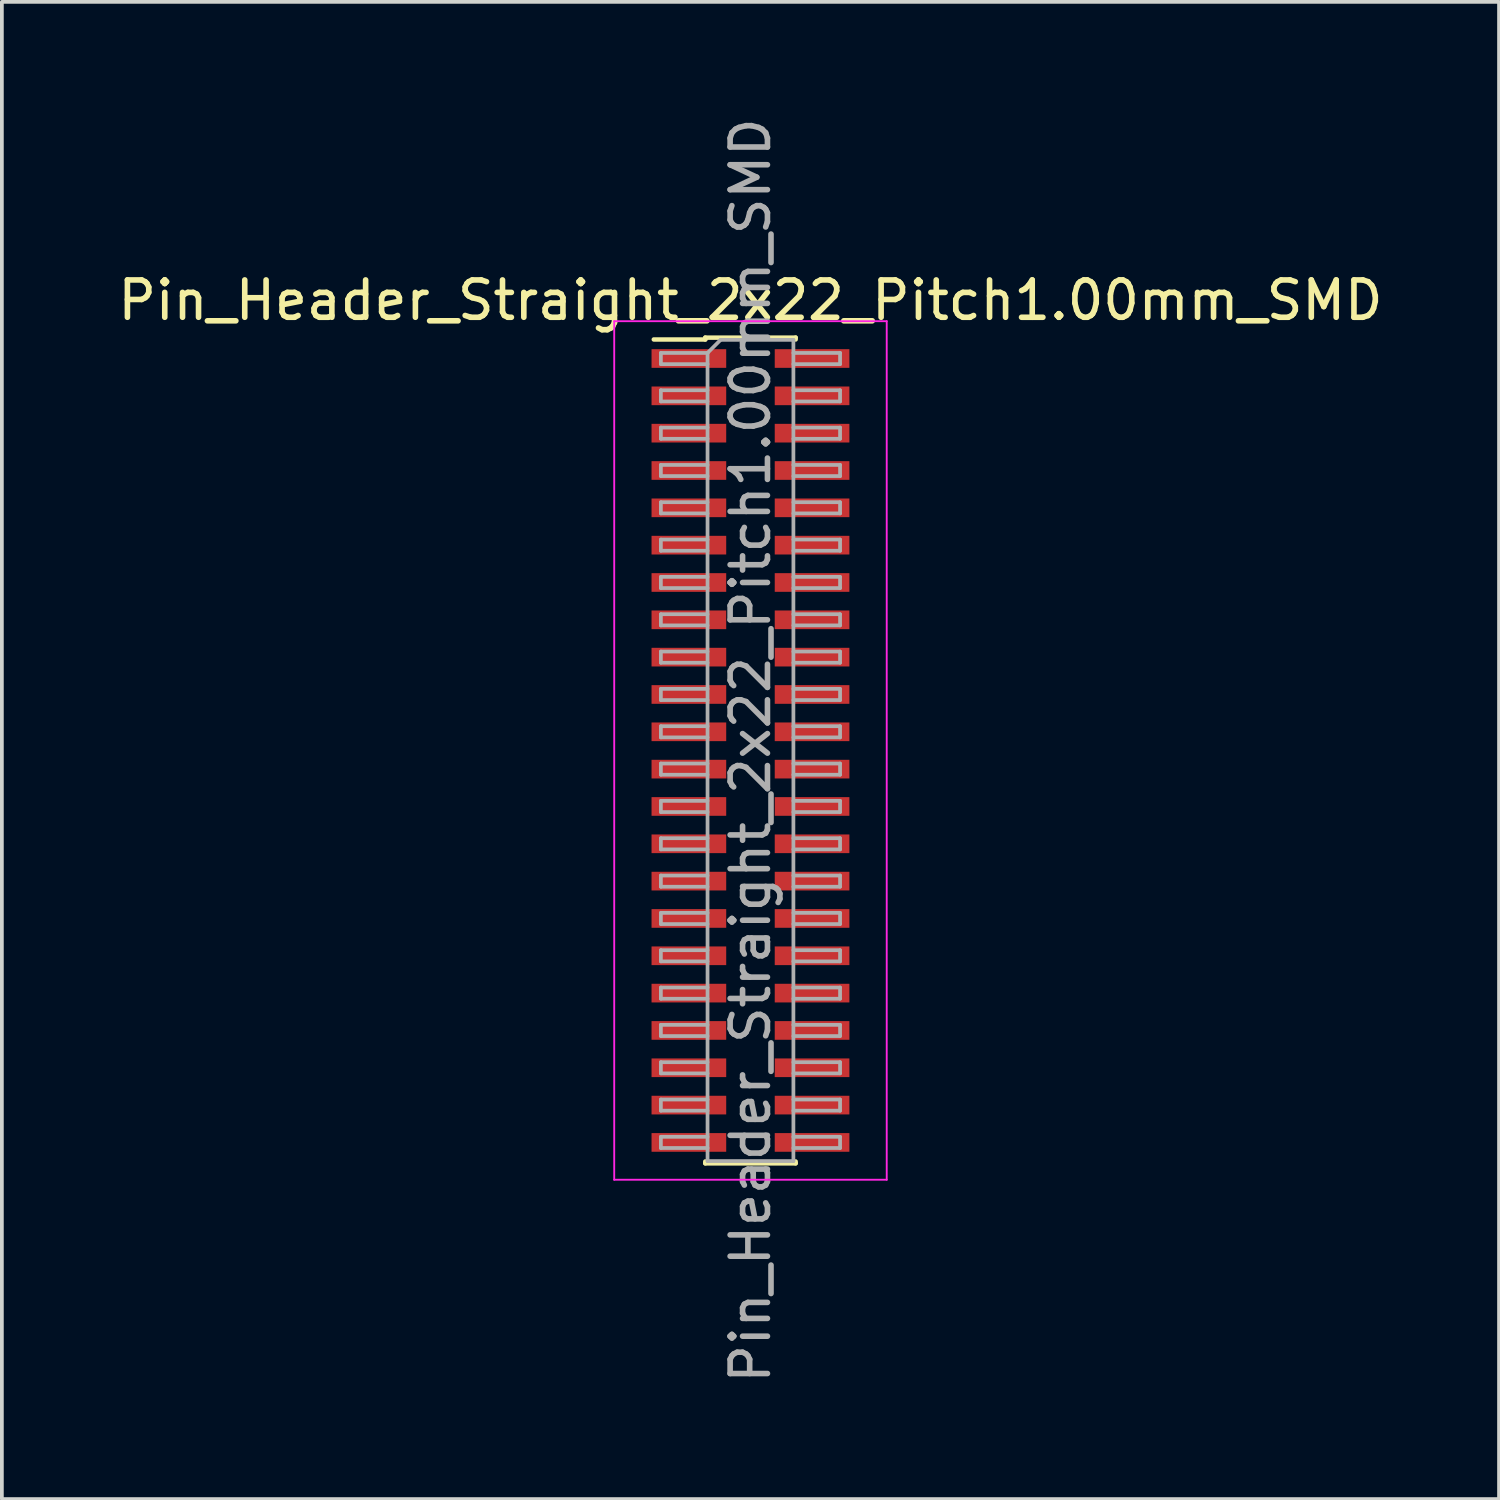
<source format=kicad_pcb>
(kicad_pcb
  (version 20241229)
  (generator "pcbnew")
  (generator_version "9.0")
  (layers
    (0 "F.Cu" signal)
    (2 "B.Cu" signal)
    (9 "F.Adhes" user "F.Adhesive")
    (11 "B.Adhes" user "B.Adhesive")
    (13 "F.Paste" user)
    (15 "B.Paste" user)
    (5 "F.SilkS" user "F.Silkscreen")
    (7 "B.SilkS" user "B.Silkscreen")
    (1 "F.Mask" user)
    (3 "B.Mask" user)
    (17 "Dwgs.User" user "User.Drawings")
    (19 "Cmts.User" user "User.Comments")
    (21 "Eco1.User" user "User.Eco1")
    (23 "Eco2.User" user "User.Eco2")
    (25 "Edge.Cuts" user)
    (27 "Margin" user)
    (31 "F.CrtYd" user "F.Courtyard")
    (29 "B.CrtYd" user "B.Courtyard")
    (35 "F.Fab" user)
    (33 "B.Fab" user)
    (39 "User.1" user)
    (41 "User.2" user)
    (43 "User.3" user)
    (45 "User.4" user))
  (footprint "Pin_Header_Straight_2x22_Pitch1.00mm_SMD"
    (layer "F.Cu")
    (at 17.054 17.054)
    (property "Reference" "Pin_Header_Straight_2x22_Pitch1.00mm_SMD" (at 0 -12.06 0) (layer "F.SilkS") (effects (font (size 1 1) (thickness 0.15))))
    (attr smd)
    (fp_line (start -2.59 -11.01) (end -1.21 -11.01) (stroke (width 0.12) (type solid)) (layer "F.SilkS"))
    (fp_line (start -1.21 -11.06) (end -1.21 -11.01) (stroke (width 0.12) (type solid)) (layer "F.SilkS"))
    (fp_line (start -1.21 -11.06) (end 1.21 -11.06) (stroke (width 0.12) (type solid)) (layer "F.SilkS"))
    (fp_line (start -1.21 11.01) (end -1.21 11.06) (stroke (width 0.12) (type solid)) (layer "F.SilkS"))
    (fp_line (start -1.21 11.06) (end 1.21 11.06) (stroke (width 0.12) (type solid)) (layer "F.SilkS"))
    (fp_line (start 1.21 -11.06) (end 1.21 -11.01) (stroke (width 0.12) (type solid)) (layer "F.SilkS"))
    (fp_line (start 1.21 11.01) (end 1.21 11.06) (stroke (width 0.12) (type solid)) (layer "F.SilkS"))
    (fp_line (start -3.65 -11.5) (end -3.65 11.5) (stroke (width 0.05) (type solid)) (layer "F.CrtYd"))
    (fp_line (start -3.65 11.5) (end 3.65 11.5) (stroke (width 0.05) (type solid)) (layer "F.CrtYd"))
    (fp_line (start 3.65 -11.5) (end -3.65 -11.5) (stroke (width 0.05) (type solid)) (layer "F.CrtYd"))
    (fp_line (start 3.65 11.5) (end 3.65 -11.5) (stroke (width 0.05) (type solid)) (layer "F.CrtYd"))
    (fp_line (start -2.4 -10.65) (end -2.4 -10.35) (stroke (width 0.1) (type solid)) (layer "F.Fab"))
    (fp_line (start -2.4 -10.35) (end -1.15 -10.35) (stroke (width 0.1) (type solid)) (layer "F.Fab"))
    (fp_line (start -2.4 -9.65) (end -2.4 -9.35) (stroke (width 0.1) (type solid)) (layer "F.Fab"))
    (fp_line (start -2.4 -9.35) (end -1.15 -9.35) (stroke (width 0.1) (type solid)) (layer "F.Fab"))
    (fp_line (start -2.4 -8.65) (end -2.4 -8.35) (stroke (width 0.1) (type solid)) (layer "F.Fab"))
    (fp_line (start -2.4 -8.35) (end -1.15 -8.35) (stroke (width 0.1) (type solid)) (layer "F.Fab"))
    (fp_line (start -2.4 -7.65) (end -2.4 -7.35) (stroke (width 0.1) (type solid)) (layer "F.Fab"))
    (fp_line (start -2.4 -7.35) (end -1.15 -7.35) (stroke (width 0.1) (type solid)) (layer "F.Fab"))
    (fp_line (start -2.4 -6.65) (end -2.4 -6.35) (stroke (width 0.1) (type solid)) (layer "F.Fab"))
    (fp_line (start -2.4 -6.35) (end -1.15 -6.35) (stroke (width 0.1) (type solid)) (layer "F.Fab"))
    (fp_line (start -2.4 -5.65) (end -2.4 -5.35) (stroke (width 0.1) (type solid)) (layer "F.Fab"))
    (fp_line (start -2.4 -5.35) (end -1.15 -5.35) (stroke (width 0.1) (type solid)) (layer "F.Fab"))
    (fp_line (start -2.4 -4.65) (end -2.4 -4.35) (stroke (width 0.1) (type solid)) (layer "F.Fab"))
    (fp_line (start -2.4 -4.35) (end -1.15 -4.35) (stroke (width 0.1) (type solid)) (layer "F.Fab"))
    (fp_line (start -2.4 -3.65) (end -2.4 -3.35) (stroke (width 0.1) (type solid)) (layer "F.Fab"))
    (fp_line (start -2.4 -3.35) (end -1.15 -3.35) (stroke (width 0.1) (type solid)) (layer "F.Fab"))
    (fp_line (start -2.4 -2.65) (end -2.4 -2.35) (stroke (width 0.1) (type solid)) (layer "F.Fab"))
    (fp_line (start -2.4 -2.35) (end -1.15 -2.35) (stroke (width 0.1) (type solid)) (layer "F.Fab"))
    (fp_line (start -2.4 -1.65) (end -2.4 -1.35) (stroke (width 0.1) (type solid)) (layer "F.Fab"))
    (fp_line (start -2.4 -1.35) (end -1.15 -1.35) (stroke (width 0.1) (type solid)) (layer "F.Fab"))
    (fp_line (start -2.4 -0.65) (end -2.4 -0.35) (stroke (width 0.1) (type solid)) (layer "F.Fab"))
    (fp_line (start -2.4 -0.35) (end -1.15 -0.35) (stroke (width 0.1) (type solid)) (layer "F.Fab"))
    (fp_line (start -2.4 0.35) (end -2.4 0.65) (stroke (width 0.1) (type solid)) (layer "F.Fab"))
    (fp_line (start -2.4 0.65) (end -1.15 0.65) (stroke (width 0.1) (type solid)) (layer "F.Fab"))
    (fp_line (start -2.4 1.35) (end -2.4 1.65) (stroke (width 0.1) (type solid)) (layer "F.Fab"))
    (fp_line (start -2.4 1.65) (end -1.15 1.65) (stroke (width 0.1) (type solid)) (layer "F.Fab"))
    (fp_line (start -2.4 2.35) (end -2.4 2.65) (stroke (width 0.1) (type solid)) (layer "F.Fab"))
    (fp_line (start -2.4 2.65) (end -1.15 2.65) (stroke (width 0.1) (type solid)) (layer "F.Fab"))
    (fp_line (start -2.4 3.35) (end -2.4 3.65) (stroke (width 0.1) (type solid)) (layer "F.Fab"))
    (fp_line (start -2.4 3.65) (end -1.15 3.65) (stroke (width 0.1) (type solid)) (layer "F.Fab"))
    (fp_line (start -2.4 4.35) (end -2.4 4.65) (stroke (width 0.1) (type solid)) (layer "F.Fab"))
    (fp_line (start -2.4 4.65) (end -1.15 4.65) (stroke (width 0.1) (type solid)) (layer "F.Fab"))
    (fp_line (start -2.4 5.35) (end -2.4 5.65) (stroke (width 0.1) (type solid)) (layer "F.Fab"))
    (fp_line (start -2.4 5.65) (end -1.15 5.65) (stroke (width 0.1) (type solid)) (layer "F.Fab"))
    (fp_line (start -2.4 6.35) (end -2.4 6.65) (stroke (width 0.1) (type solid)) (layer "F.Fab"))
    (fp_line (start -2.4 6.65) (end -1.15 6.65) (stroke (width 0.1) (type solid)) (layer "F.Fab"))
    (fp_line (start -2.4 7.35) (end -2.4 7.65) (stroke (width 0.1) (type solid)) (layer "F.Fab"))
    (fp_line (start -2.4 7.65) (end -1.15 7.65) (stroke (width 0.1) (type solid)) (layer "F.Fab"))
    (fp_line (start -2.4 8.35) (end -2.4 8.65) (stroke (width 0.1) (type solid)) (layer "F.Fab"))
    (fp_line (start -2.4 8.65) (end -1.15 8.65) (stroke (width 0.1) (type solid)) (layer "F.Fab"))
    (fp_line (start -2.4 9.35) (end -2.4 9.65) (stroke (width 0.1) (type solid)) (layer "F.Fab"))
    (fp_line (start -2.4 9.65) (end -1.15 9.65) (stroke (width 0.1) (type solid)) (layer "F.Fab"))
    (fp_line (start -2.4 10.35) (end -2.4 10.65) (stroke (width 0.1) (type solid)) (layer "F.Fab"))
    (fp_line (start -2.4 10.65) (end -1.15 10.65) (stroke (width 0.1) (type solid)) (layer "F.Fab"))
    (fp_line (start -1.15 -10.65) (end -2.4 -10.65) (stroke (width 0.1) (type solid)) (layer "F.Fab"))
    (fp_line (start -1.15 -10.65) (end -0.8 -11) (stroke (width 0.1) (type solid)) (layer "F.Fab"))
    (fp_line (start -1.15 -9.65) (end -2.4 -9.65) (stroke (width 0.1) (type solid)) (layer "F.Fab"))
    (fp_line (start -1.15 -8.65) (end -2.4 -8.65) (stroke (width 0.1) (type solid)) (layer "F.Fab"))
    (fp_line (start -1.15 -7.65) (end -2.4 -7.65) (stroke (width 0.1) (type solid)) (layer "F.Fab"))
    (fp_line (start -1.15 -6.65) (end -2.4 -6.65) (stroke (width 0.1) (type solid)) (layer "F.Fab"))
    (fp_line (start -1.15 -5.65) (end -2.4 -5.65) (stroke (width 0.1) (type solid)) (layer "F.Fab"))
    (fp_line (start -1.15 -4.65) (end -2.4 -4.65) (stroke (width 0.1) (type solid)) (layer "F.Fab"))
    (fp_line (start -1.15 -3.65) (end -2.4 -3.65) (stroke (width 0.1) (type solid)) (layer "F.Fab"))
    (fp_line (start -1.15 -2.65) (end -2.4 -2.65) (stroke (width 0.1) (type solid)) (layer "F.Fab"))
    (fp_line (start -1.15 -1.65) (end -2.4 -1.65) (stroke (width 0.1) (type solid)) (layer "F.Fab"))
    (fp_line (start -1.15 -0.65) (end -2.4 -0.65) (stroke (width 0.1) (type solid)) (layer "F.Fab"))
    (fp_line (start -1.15 0.35) (end -2.4 0.35) (stroke (width 0.1) (type solid)) (layer "F.Fab"))
    (fp_line (start -1.15 1.35) (end -2.4 1.35) (stroke (width 0.1) (type solid)) (layer "F.Fab"))
    (fp_line (start -1.15 2.35) (end -2.4 2.35) (stroke (width 0.1) (type solid)) (layer "F.Fab"))
    (fp_line (start -1.15 3.35) (end -2.4 3.35) (stroke (width 0.1) (type solid)) (layer "F.Fab"))
    (fp_line (start -1.15 4.35) (end -2.4 4.35) (stroke (width 0.1) (type solid)) (layer "F.Fab"))
    (fp_line (start -1.15 5.35) (end -2.4 5.35) (stroke (width 0.1) (type solid)) (layer "F.Fab"))
    (fp_line (start -1.15 6.35) (end -2.4 6.35) (stroke (width 0.1) (type solid)) (layer "F.Fab"))
    (fp_line (start -1.15 7.35) (end -2.4 7.35) (stroke (width 0.1) (type solid)) (layer "F.Fab"))
    (fp_line (start -1.15 8.35) (end -2.4 8.35) (stroke (width 0.1) (type solid)) (layer "F.Fab"))
    (fp_line (start -1.15 9.35) (end -2.4 9.35) (stroke (width 0.1) (type solid)) (layer "F.Fab"))
    (fp_line (start -1.15 10.35) (end -2.4 10.35) (stroke (width 0.1) (type solid)) (layer "F.Fab"))
    (fp_line (start -1.15 11) (end -1.15 -10.65) (stroke (width 0.1) (type solid)) (layer "F.Fab"))
    (fp_line (start -0.8 -11) (end 1.15 -11) (stroke (width 0.1) (type solid)) (layer "F.Fab"))
    (fp_line (start 1.15 -11) (end 1.15 11) (stroke (width 0.1) (type solid)) (layer "F.Fab"))
    (fp_line (start 1.15 -10.65) (end 2.4 -10.65) (stroke (width 0.1) (type solid)) (layer "F.Fab"))
    (fp_line (start 1.15 -9.65) (end 2.4 -9.65) (stroke (width 0.1) (type solid)) (layer "F.Fab"))
    (fp_line (start 1.15 -8.65) (end 2.4 -8.65) (stroke (width 0.1) (type solid)) (layer "F.Fab"))
    (fp_line (start 1.15 -7.65) (end 2.4 -7.65) (stroke (width 0.1) (type solid)) (layer "F.Fab"))
    (fp_line (start 1.15 -6.65) (end 2.4 -6.65) (stroke (width 0.1) (type solid)) (layer "F.Fab"))
    (fp_line (start 1.15 -5.65) (end 2.4 -5.65) (stroke (width 0.1) (type solid)) (layer "F.Fab"))
    (fp_line (start 1.15 -4.65) (end 2.4 -4.65) (stroke (width 0.1) (type solid)) (layer "F.Fab"))
    (fp_line (start 1.15 -3.65) (end 2.4 -3.65) (stroke (width 0.1) (type solid)) (layer "F.Fab"))
    (fp_line (start 1.15 -2.65) (end 2.4 -2.65) (stroke (width 0.1) (type solid)) (layer "F.Fab"))
    (fp_line (start 1.15 -1.65) (end 2.4 -1.65) (stroke (width 0.1) (type solid)) (layer "F.Fab"))
    (fp_line (start 1.15 -0.65) (end 2.4 -0.65) (stroke (width 0.1) (type solid)) (layer "F.Fab"))
    (fp_line (start 1.15 0.35) (end 2.4 0.35) (stroke (width 0.1) (type solid)) (layer "F.Fab"))
    (fp_line (start 1.15 1.35) (end 2.4 1.35) (stroke (width 0.1) (type solid)) (layer "F.Fab"))
    (fp_line (start 1.15 2.35) (end 2.4 2.35) (stroke (width 0.1) (type solid)) (layer "F.Fab"))
    (fp_line (start 1.15 3.35) (end 2.4 3.35) (stroke (width 0.1) (type solid)) (layer "F.Fab"))
    (fp_line (start 1.15 4.35) (end 2.4 4.35) (stroke (width 0.1) (type solid)) (layer "F.Fab"))
    (fp_line (start 1.15 5.35) (end 2.4 5.35) (stroke (width 0.1) (type solid)) (layer "F.Fab"))
    (fp_line (start 1.15 6.35) (end 2.4 6.35) (stroke (width 0.1) (type solid)) (layer "F.Fab"))
    (fp_line (start 1.15 7.35) (end 2.4 7.35) (stroke (width 0.1) (type solid)) (layer "F.Fab"))
    (fp_line (start 1.15 8.35) (end 2.4 8.35) (stroke (width 0.1) (type solid)) (layer "F.Fab"))
    (fp_line (start 1.15 9.35) (end 2.4 9.35) (stroke (width 0.1) (type solid)) (layer "F.Fab"))
    (fp_line (start 1.15 10.35) (end 2.4 10.35) (stroke (width 0.1) (type solid)) (layer "F.Fab"))
    (fp_line (start 1.15 11) (end -1.15 11) (stroke (width 0.1) (type solid)) (layer "F.Fab"))
    (fp_line (start 2.4 -10.65) (end 2.4 -10.35) (stroke (width 0.1) (type solid)) (layer "F.Fab"))
    (fp_line (start 2.4 -10.35) (end 1.15 -10.35) (stroke (width 0.1) (type solid)) (layer "F.Fab"))
    (fp_line (start 2.4 -9.65) (end 2.4 -9.35) (stroke (width 0.1) (type solid)) (layer "F.Fab"))
    (fp_line (start 2.4 -9.35) (end 1.15 -9.35) (stroke (width 0.1) (type solid)) (layer "F.Fab"))
    (fp_line (start 2.4 -8.65) (end 2.4 -8.35) (stroke (width 0.1) (type solid)) (layer "F.Fab"))
    (fp_line (start 2.4 -8.35) (end 1.15 -8.35) (stroke (width 0.1) (type solid)) (layer "F.Fab"))
    (fp_line (start 2.4 -7.65) (end 2.4 -7.35) (stroke (width 0.1) (type solid)) (layer "F.Fab"))
    (fp_line (start 2.4 -7.35) (end 1.15 -7.35) (stroke (width 0.1) (type solid)) (layer "F.Fab"))
    (fp_line (start 2.4 -6.65) (end 2.4 -6.35) (stroke (width 0.1) (type solid)) (layer "F.Fab"))
    (fp_line (start 2.4 -6.35) (end 1.15 -6.35) (stroke (width 0.1) (type solid)) (layer "F.Fab"))
    (fp_line (start 2.4 -5.65) (end 2.4 -5.35) (stroke (width 0.1) (type solid)) (layer "F.Fab"))
    (fp_line (start 2.4 -5.35) (end 1.15 -5.35) (stroke (width 0.1) (type solid)) (layer "F.Fab"))
    (fp_line (start 2.4 -4.65) (end 2.4 -4.35) (stroke (width 0.1) (type solid)) (layer "F.Fab"))
    (fp_line (start 2.4 -4.35) (end 1.15 -4.35) (stroke (width 0.1) (type solid)) (layer "F.Fab"))
    (fp_line (start 2.4 -3.65) (end 2.4 -3.35) (stroke (width 0.1) (type solid)) (layer "F.Fab"))
    (fp_line (start 2.4 -3.35) (end 1.15 -3.35) (stroke (width 0.1) (type solid)) (layer "F.Fab"))
    (fp_line (start 2.4 -2.65) (end 2.4 -2.35) (stroke (width 0.1) (type solid)) (layer "F.Fab"))
    (fp_line (start 2.4 -2.35) (end 1.15 -2.35) (stroke (width 0.1) (type solid)) (layer "F.Fab"))
    (fp_line (start 2.4 -1.65) (end 2.4 -1.35) (stroke (width 0.1) (type solid)) (layer "F.Fab"))
    (fp_line (start 2.4 -1.35) (end 1.15 -1.35) (stroke (width 0.1) (type solid)) (layer "F.Fab"))
    (fp_line (start 2.4 -0.65) (end 2.4 -0.35) (stroke (width 0.1) (type solid)) (layer "F.Fab"))
    (fp_line (start 2.4 -0.35) (end 1.15 -0.35) (stroke (width 0.1) (type solid)) (layer "F.Fab"))
    (fp_line (start 2.4 0.35) (end 2.4 0.65) (stroke (width 0.1) (type solid)) (layer "F.Fab"))
    (fp_line (start 2.4 0.65) (end 1.15 0.65) (stroke (width 0.1) (type solid)) (layer "F.Fab"))
    (fp_line (start 2.4 1.35) (end 2.4 1.65) (stroke (width 0.1) (type solid)) (layer "F.Fab"))
    (fp_line (start 2.4 1.65) (end 1.15 1.65) (stroke (width 0.1) (type solid)) (layer "F.Fab"))
    (fp_line (start 2.4 2.35) (end 2.4 2.65) (stroke (width 0.1) (type solid)) (layer "F.Fab"))
    (fp_line (start 2.4 2.65) (end 1.15 2.65) (stroke (width 0.1) (type solid)) (layer "F.Fab"))
    (fp_line (start 2.4 3.35) (end 2.4 3.65) (stroke (width 0.1) (type solid)) (layer "F.Fab"))
    (fp_line (start 2.4 3.65) (end 1.15 3.65) (stroke (width 0.1) (type solid)) (layer "F.Fab"))
    (fp_line (start 2.4 4.35) (end 2.4 4.65) (stroke (width 0.1) (type solid)) (layer "F.Fab"))
    (fp_line (start 2.4 4.65) (end 1.15 4.65) (stroke (width 0.1) (type solid)) (layer "F.Fab"))
    (fp_line (start 2.4 5.35) (end 2.4 5.65) (stroke (width 0.1) (type solid)) (layer "F.Fab"))
    (fp_line (start 2.4 5.65) (end 1.15 5.65) (stroke (width 0.1) (type solid)) (layer "F.Fab"))
    (fp_line (start 2.4 6.35) (end 2.4 6.65) (stroke (width 0.1) (type solid)) (layer "F.Fab"))
    (fp_line (start 2.4 6.65) (end 1.15 6.65) (stroke (width 0.1) (type solid)) (layer "F.Fab"))
    (fp_line (start 2.4 7.35) (end 2.4 7.65) (stroke (width 0.1) (type solid)) (layer "F.Fab"))
    (fp_line (start 2.4 7.65) (end 1.15 7.65) (stroke (width 0.1) (type solid)) (layer "F.Fab"))
    (fp_line (start 2.4 8.35) (end 2.4 8.65) (stroke (width 0.1) (type solid)) (layer "F.Fab"))
    (fp_line (start 2.4 8.65) (end 1.15 8.65) (stroke (width 0.1) (type solid)) (layer "F.Fab"))
    (fp_line (start 2.4 9.35) (end 2.4 9.65) (stroke (width 0.1) (type solid)) (layer "F.Fab"))
    (fp_line (start 2.4 9.65) (end 1.15 9.65) (stroke (width 0.1) (type solid)) (layer "F.Fab"))
    (fp_line (start 2.4 10.35) (end 2.4 10.65) (stroke (width 0.1) (type solid)) (layer "F.Fab"))
    (fp_line (start 2.4 10.65) (end 1.15 10.65) (stroke (width 0.1) (type solid)) (layer "F.Fab"))
    (fp_text user "${REFERENCE}" (at 0 0 90) (layer "F.Fab") (effects (font (size 1 1) (thickness 0.15))))
    (pad "1" smd rect (at -1.65 -10.5) (size 2 0.5) (layers "F.Cu" "F.Mask" "F.Paste"))
    (pad "2" smd rect (at 1.65 -10.5) (size 2 0.5) (layers "F.Cu" "F.Mask" "F.Paste"))
    (pad "3" smd rect (at -1.65 -9.5) (size 2 0.5) (layers "F.Cu" "F.Mask" "F.Paste"))
    (pad "4" smd rect (at 1.65 -9.5) (size 2 0.5) (layers "F.Cu" "F.Mask" "F.Paste"))
    (pad "5" smd rect (at -1.65 -8.5) (size 2 0.5) (layers "F.Cu" "F.Mask" "F.Paste"))
    (pad "6" smd rect (at 1.65 -8.5) (size 2 0.5) (layers "F.Cu" "F.Mask" "F.Paste"))
    (pad "7" smd rect (at -1.65 -7.5) (size 2 0.5) (layers "F.Cu" "F.Mask" "F.Paste"))
    (pad "8" smd rect (at 1.65 -7.5) (size 2 0.5) (layers "F.Cu" "F.Mask" "F.Paste"))
    (pad "9" smd rect (at -1.65 -6.5) (size 2 0.5) (layers "F.Cu" "F.Mask" "F.Paste"))
    (pad "10" smd rect (at 1.65 -6.5) (size 2 0.5) (layers "F.Cu" "F.Mask" "F.Paste"))
    (pad "11" smd rect (at -1.65 -5.5) (size 2 0.5) (layers "F.Cu" "F.Mask" "F.Paste"))
    (pad "12" smd rect (at 1.65 -5.5) (size 2 0.5) (layers "F.Cu" "F.Mask" "F.Paste"))
    (pad "13" smd rect (at -1.65 -4.5) (size 2 0.5) (layers "F.Cu" "F.Mask" "F.Paste"))
    (pad "14" smd rect (at 1.65 -4.5) (size 2 0.5) (layers "F.Cu" "F.Mask" "F.Paste"))
    (pad "15" smd rect (at -1.65 -3.5) (size 2 0.5) (layers "F.Cu" "F.Mask" "F.Paste"))
    (pad "16" smd rect (at 1.65 -3.5) (size 2 0.5) (layers "F.Cu" "F.Mask" "F.Paste"))
    (pad "17" smd rect (at -1.65 -2.5) (size 2 0.5) (layers "F.Cu" "F.Mask" "F.Paste"))
    (pad "18" smd rect (at 1.65 -2.5) (size 2 0.5) (layers "F.Cu" "F.Mask" "F.Paste"))
    (pad "19" smd rect (at -1.65 -1.5) (size 2 0.5) (layers "F.Cu" "F.Mask" "F.Paste"))
    (pad "20" smd rect (at 1.65 -1.5) (size 2 0.5) (layers "F.Cu" "F.Mask" "F.Paste"))
    (pad "21" smd rect (at -1.65 -0.5) (size 2 0.5) (layers "F.Cu" "F.Mask" "F.Paste"))
    (pad "22" smd rect (at 1.65 -0.5) (size 2 0.5) (layers "F.Cu" "F.Mask" "F.Paste"))
    (pad "23" smd rect (at -1.65 0.5) (size 2 0.5) (layers "F.Cu" "F.Mask" "F.Paste"))
    (pad "24" smd rect (at 1.65 0.5) (size 2 0.5) (layers "F.Cu" "F.Mask" "F.Paste"))
    (pad "25" smd rect (at -1.65 1.5) (size 2 0.5) (layers "F.Cu" "F.Mask" "F.Paste"))
    (pad "26" smd rect (at 1.65 1.5) (size 2 0.5) (layers "F.Cu" "F.Mask" "F.Paste"))
    (pad "27" smd rect (at -1.65 2.5) (size 2 0.5) (layers "F.Cu" "F.Mask" "F.Paste"))
    (pad "28" smd rect (at 1.65 2.5) (size 2 0.5) (layers "F.Cu" "F.Mask" "F.Paste"))
    (pad "29" smd rect (at -1.65 3.5) (size 2 0.5) (layers "F.Cu" "F.Mask" "F.Paste"))
    (pad "30" smd rect (at 1.65 3.5) (size 2 0.5) (layers "F.Cu" "F.Mask" "F.Paste"))
    (pad "31" smd rect (at -1.65 4.5) (size 2 0.5) (layers "F.Cu" "F.Mask" "F.Paste"))
    (pad "32" smd rect (at 1.65 4.5) (size 2 0.5) (layers "F.Cu" "F.Mask" "F.Paste"))
    (pad "33" smd rect (at -1.65 5.5) (size 2 0.5) (layers "F.Cu" "F.Mask" "F.Paste"))
    (pad "34" smd rect (at 1.65 5.5) (size 2 0.5) (layers "F.Cu" "F.Mask" "F.Paste"))
    (pad "35" smd rect (at -1.65 6.5) (size 2 0.5) (layers "F.Cu" "F.Mask" "F.Paste"))
    (pad "36" smd rect (at 1.65 6.5) (size 2 0.5) (layers "F.Cu" "F.Mask" "F.Paste"))
    (pad "37" smd rect (at -1.65 7.5) (size 2 0.5) (layers "F.Cu" "F.Mask" "F.Paste"))
    (pad "38" smd rect (at 1.65 7.5) (size 2 0.5) (layers "F.Cu" "F.Mask" "F.Paste"))
    (pad "39" smd rect (at -1.65 8.5) (size 2 0.5) (layers "F.Cu" "F.Mask" "F.Paste"))
    (pad "40" smd rect (at 1.65 8.5) (size 2 0.5) (layers "F.Cu" "F.Mask" "F.Paste"))
    (pad "41" smd rect (at -1.65 9.5) (size 2 0.5) (layers "F.Cu" "F.Mask" "F.Paste"))
    (pad "42" smd rect (at 1.65 9.5) (size 2 0.5) (layers "F.Cu" "F.Mask" "F.Paste"))
    (pad "43" smd rect (at -1.65 10.5) (size 2 0.5) (layers "F.Cu" "F.Mask" "F.Paste"))
    (pad "44" smd rect (at 1.65 10.5) (size 2 0.5) (layers "F.Cu" "F.Mask" "F.Paste")))
  (gr_rect
    (start -3 -3)
    (end 37.107 37.107)
    (stroke (width 0.1) (type default))
    (fill no)
    (layer "Edge.Cuts")))
</source>
